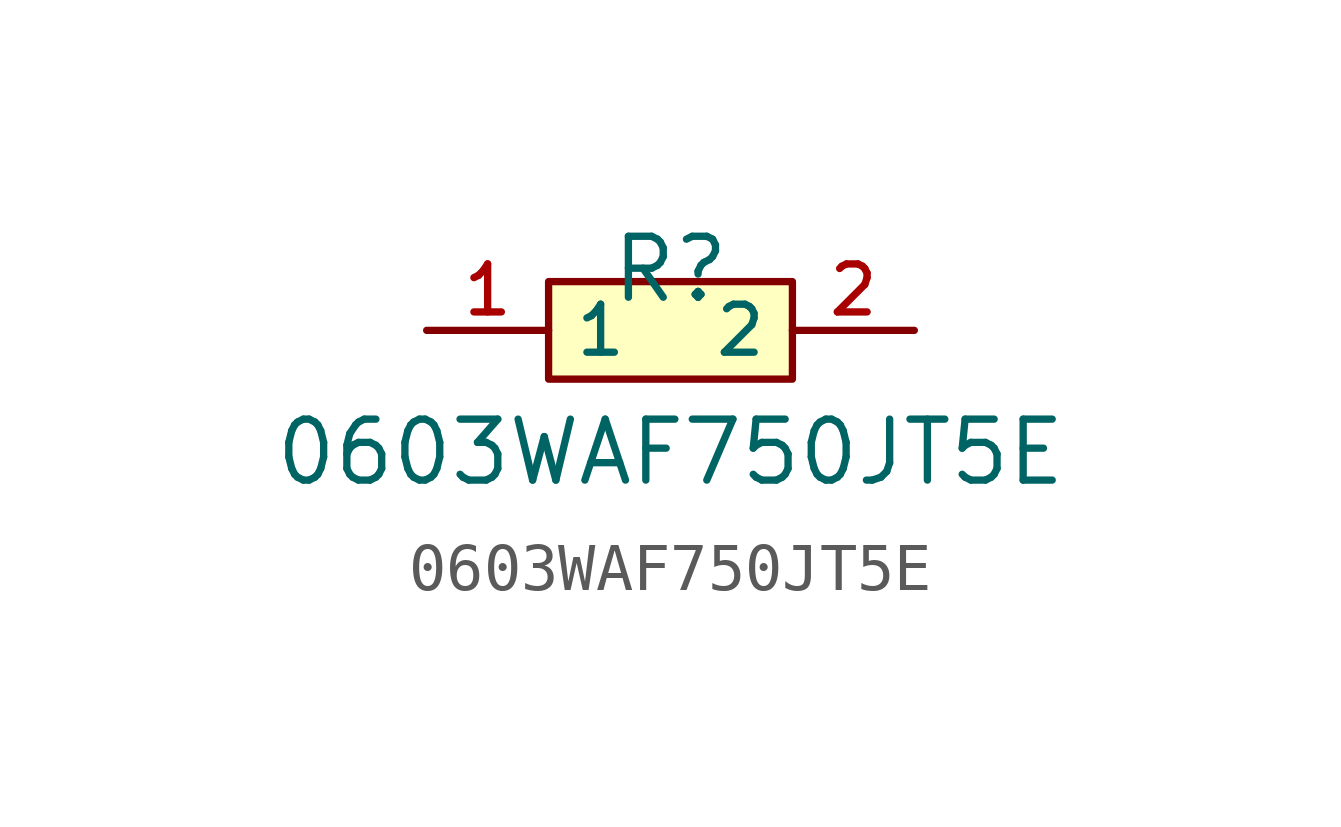
<source format=kicad_sym>
(kicad_symbol_lib
  (version 20210201)
  (generator TousstNicolas/JLC2KiCad_lib)
  (symbol "0603WAF750JT5E"
    (property "Reference" "R"
      (at 0 1.27 0)
      (effects (font (size 1.27 1.27))))
    (property "Value" "0603WAF750JT5E"
      (at 0 -2.54 0)
      (effects (font (size 1.27 1.27))))
    (symbol "0603WAF750JT5E_0_1"
      (pin input line (at 5.08 -0.0 180) (length 2.54) (name "2" (effects (font (size 1 1)))) (number "2" (effects (font (size 1 1)))))
      (pin input line (at -5.08 -0.0 0) (length 2.54) (name "1" (effects (font (size 1 1)))) (number "1" (effects (font (size 1 1)))))
      (rectangle (start -2.54 1.016) (end 2.54 -1.016) (stroke (width 0) (type default) (color 0 0 0 0)) (fill (type background))))))
</source>
